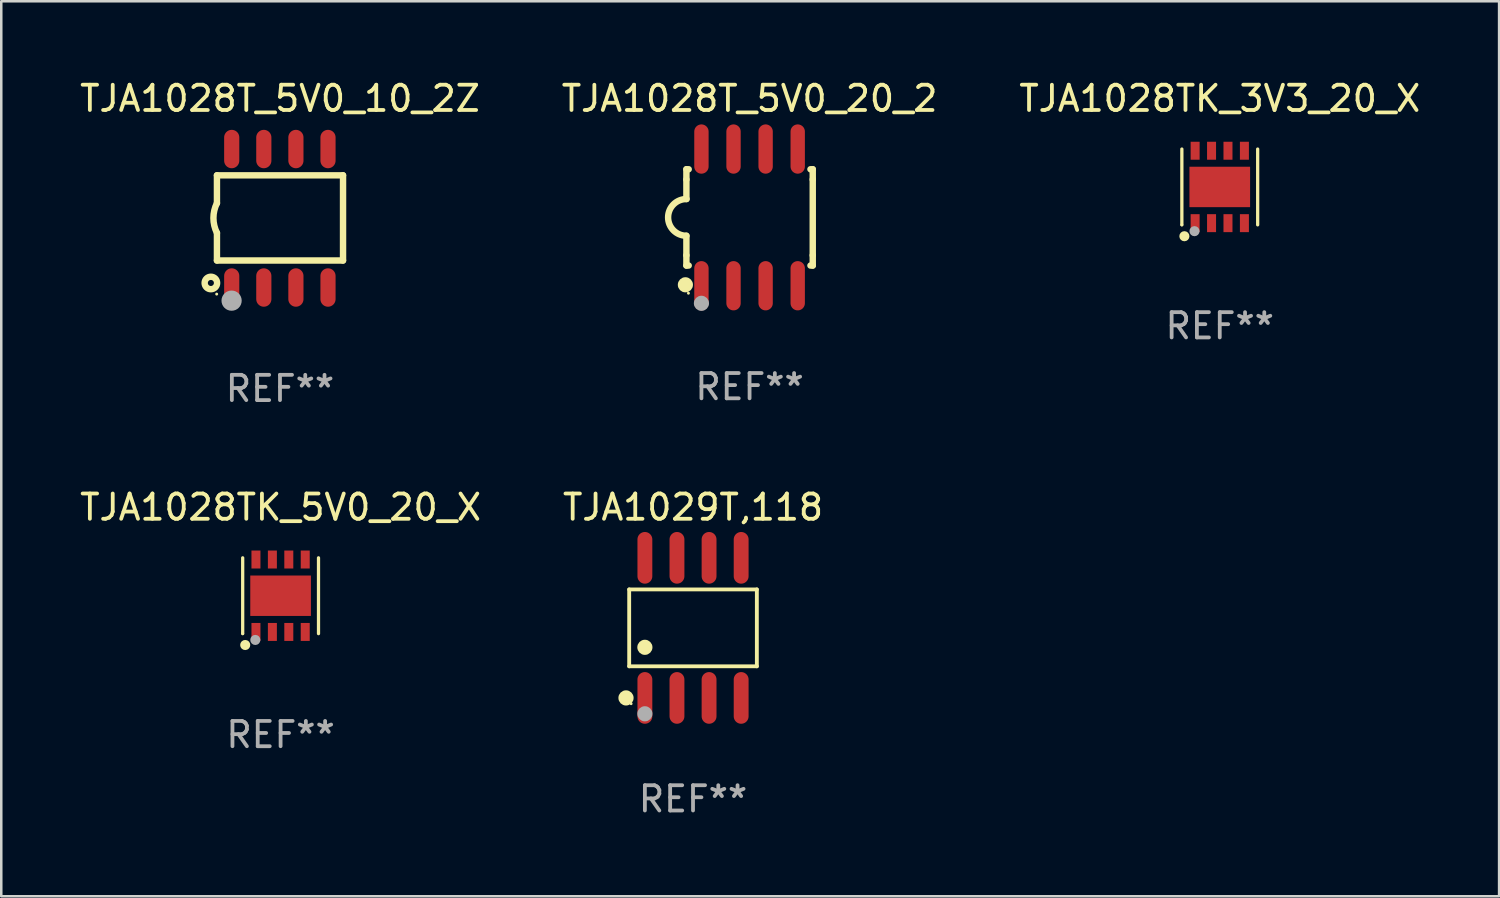
<source format=kicad_pcb>
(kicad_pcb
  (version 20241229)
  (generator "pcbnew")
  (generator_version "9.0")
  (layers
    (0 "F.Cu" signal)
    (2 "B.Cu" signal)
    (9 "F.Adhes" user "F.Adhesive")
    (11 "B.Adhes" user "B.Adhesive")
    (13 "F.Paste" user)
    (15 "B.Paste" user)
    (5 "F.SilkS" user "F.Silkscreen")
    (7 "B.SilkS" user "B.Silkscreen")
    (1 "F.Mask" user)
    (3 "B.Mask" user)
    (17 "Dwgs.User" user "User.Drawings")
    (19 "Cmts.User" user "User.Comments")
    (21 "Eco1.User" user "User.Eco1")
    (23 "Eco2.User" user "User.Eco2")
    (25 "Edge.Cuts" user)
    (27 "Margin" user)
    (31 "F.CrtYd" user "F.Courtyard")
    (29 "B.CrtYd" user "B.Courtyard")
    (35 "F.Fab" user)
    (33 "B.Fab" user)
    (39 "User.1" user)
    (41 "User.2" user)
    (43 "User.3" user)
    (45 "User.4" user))
  (footprint "TJA1029T,118"
    (layer "F.Cu")
    (at 24.375 21.797)
    (property "Reference" "TJA1029T,118" (at 0 -4.772 0) (layer "F.SilkS") (effects (font (size 1 1) (thickness 0.15))))
    (attr through_hole)
    (fp_line (start -2.526 -1.521) (end 2.526 -1.521) (stroke (width 0.152) (type solid)) (layer "F.SilkS"))
    (fp_line (start -2.526 1.521) (end -2.526 -1.521) (stroke (width 0.152) (type solid)) (layer "F.SilkS"))
    (fp_line (start 2.526 -1.521) (end 2.526 1.521) (stroke (width 0.152) (type solid)) (layer "F.SilkS"))
    (fp_line (start 2.526 1.521) (end -2.526 1.521) (stroke (width 0.152) (type solid)) (layer "F.SilkS"))
    (fp_circle (center -2.652 2.772) (end -2.501 2.772) (stroke (width 0.3) (type solid)) (fill no) (layer "F.SilkS"))
    (fp_circle (center -2.45 3) (end -2.42 3) (stroke (width 0.06) (type solid)) (fill no) (layer "F.SilkS"))
    (fp_circle (center -1.905 0.769) (end -1.755 0.769) (stroke (width 0.3) (type solid)) (fill no) (layer "F.SilkS"))
    (fp_circle (center -1.905 3.4) (end -1.755 3.4) (stroke (width 0.3) (type solid)) (fill no) (layer "F.Fab"))
    (fp_text user "REF**" (at 0 6.772 0) (layer "F.Fab") (effects (font (size 1 1) (thickness 0.15))))
    (pad "1" smd oval (at -1.905 2.772) (size 0.588 2.045) (layers "F.Cu" "F.Mask" "F.Paste"))
    (pad "2" smd oval (at -0.635 2.772) (size 0.588 2.045) (layers "F.Cu" "F.Mask" "F.Paste"))
    (pad "3" smd oval (at 0.635 2.772) (size 0.588 2.045) (layers "F.Cu" "F.Mask" "F.Paste"))
    (pad "4" smd oval (at 1.905 2.772) (size 0.588 2.045) (layers "F.Cu" "F.Mask" "F.Paste"))
    (pad "5" smd oval (at 1.905 -2.772) (size 0.588 2.045) (layers "F.Cu" "F.Mask" "F.Paste"))
    (pad "6" smd oval (at 0.635 -2.772) (size 0.588 2.045) (layers "F.Cu" "F.Mask" "F.Paste"))
    (pad "7" smd oval (at -0.635 -2.772) (size 0.588 2.045) (layers "F.Cu" "F.Mask" "F.Paste"))
    (pad "8" smd oval (at -1.905 -2.772) (size 0.588 2.045) (layers "F.Cu" "F.Mask" "F.Paste")))
  (footprint "TJA1028T_5V0_10_2Z"
    (layer "F.Cu")
    (at 8.03 5.588)
    (property "Reference" "TJA1028T_5V0_10_2Z" (at 0 -4.74 0) (layer "F.SilkS") (effects (font (size 1 1) (thickness 0.15))))
    (attr through_hole)
    (fp_line (start -2.495 -1.7) (end 2.495 -1.7) (stroke (width 0.254) (type solid)) (layer "F.SilkS"))
    (fp_line (start -2.495 -0.6) (end -2.495 -1.7) (stroke (width 0.254) (type solid)) (layer "F.SilkS"))
    (fp_line (start -2.495 1.671) (end -2.495 0.58) (stroke (width 0.254) (type solid)) (layer "F.SilkS"))
    (fp_line (start 2.495 -1.7) (end 2.495 1.671) (stroke (width 0.254) (type solid)) (layer "F.SilkS"))
    (fp_line (start 2.495 1.671) (end -2.495 1.671) (stroke (width 0.254) (type solid)) (layer "F.SilkS"))
    (fp_arc (start -2.495009 0.58001) (mid -2.634112 -0.009995) (end -2.495009 -0.6) (stroke (width 0.254001) (type solid)) (layer "F.SilkS"))
    (fp_circle (center -2.735 2.56) (end -2.615 2.56) (stroke (width 0.254) (type solid)) (fill no) (layer "F.SilkS"))
    (fp_circle (center -2.505 3) (end -2.475 3) (stroke (width 0.06) (type solid)) (fill no) (layer "F.SilkS"))
    (fp_circle (center -1.915 3.26) (end -1.715 3.26) (stroke (width 0.4) (type solid)) (fill no) (layer "F.Fab"))
    (fp_text user "REF**" (at 0 6.74 0) (layer "F.Fab") (effects (font (size 1 1) (thickness 0.15))))
    (pad "1" smd oval (at -1.91 2.74) (size 0.6 1.52) (layers "F.Cu" "F.Mask" "F.Paste"))
    (pad "2" smd oval (at -0.64 2.74) (size 0.6 1.52) (layers "F.Cu" "F.Mask" "F.Paste"))
    (pad "3" smd oval (at 0.63 2.74) (size 0.6 1.52) (layers "F.Cu" "F.Mask" "F.Paste"))
    (pad "4" smd oval (at 1.9 2.74) (size 0.6 1.52) (layers "F.Cu" "F.Mask" "F.Paste"))
    (pad "5" smd oval (at 1.9 -2.74) (size 0.6 1.52) (layers "F.Cu" "F.Mask" "F.Paste"))
    (pad "6" smd oval (at 0.63 -2.74) (size 0.6 1.52) (layers "F.Cu" "F.Mask" "F.Paste"))
    (pad "7" smd oval (at -0.64 -2.74) (size 0.6 1.52) (layers "F.Cu" "F.Mask" "F.Paste"))
    (pad "8" smd oval (at -1.91 -2.74) (size 0.6 1.52) (layers "F.Cu" "F.Mask" "F.Paste")))
  (footprint "TJA1028TK_3V3_20_X"
    (layer "F.Cu")
    (at 45.22 4.348)
    (property "Reference" "TJA1028TK_3V3_20_X" (at 0 -3.5 0) (layer "F.SilkS") (effects (font (size 1 1) (thickness 0.15))))
    (attr through_hole)
    (fp_line (start -1.5 1.5) (end -1.5 -1.5) (stroke (width 0.129) (type solid)) (layer "F.SilkS"))
    (fp_line (start 1.5 -1.5) (end 1.5 1.5) (stroke (width 0.129) (type solid)) (layer "F.SilkS"))
    (fp_circle (center -1.5 1.5) (end -1.47 1.5) (stroke (width 0.06) (type solid)) (fill no) (layer "F.SilkS"))
    (fp_circle (center -1.4 1.95) (end -1.3 1.95) (stroke (width 0.2) (type solid)) (fill no) (layer "F.SilkS"))
    (fp_circle (center -1 1.75) (end -0.9 1.75) (stroke (width 0.2) (type solid)) (fill no) (layer "F.Fab"))
    (fp_text user "REF**" (at 0 5.5 0) (layer "F.Fab") (effects (font (size 1 1) (thickness 0.15))))
    (pad "1" smd rect (at -0.975 1.433) (size 0.356 0.711) (layers "F.Cu" "F.Mask" "F.Paste"))
    (pad "2" smd rect (at -0.325 1.433) (size 0.356 0.711) (layers "F.Cu" "F.Mask" "F.Paste"))
    (pad "3" smd rect (at 0.325 1.433) (size 0.356 0.711) (layers "F.Cu" "F.Mask" "F.Paste"))
    (pad "4" smd rect (at 0.975 1.433) (size 0.356 0.711) (layers "F.Cu" "F.Mask" "F.Paste"))
    (pad "5" smd rect (at 0.975 -1.433) (size 0.356 0.711) (layers "F.Cu" "F.Mask" "F.Paste"))
    (pad "6" smd rect (at 0.325 -1.433) (size 0.356 0.711) (layers "F.Cu" "F.Mask" "F.Paste"))
    (pad "7" smd rect (at -0.325 -1.433) (size 0.356 0.711) (layers "F.Cu" "F.Mask" "F.Paste"))
    (pad "8" smd rect (at -0.975 -1.433) (size 0.356 0.711) (layers "F.Cu" "F.Mask" "F.Paste"))
    (pad "9" smd rect (at 0 0) (size 2.4 1.6) (layers "F.Cu" "F.Mask" "F.Paste")))
  (footprint "TJA1028T_5V0_20_2"
    (layer "F.Cu")
    (at 26.613 5.553)
    (property "Reference" "TJA1028T_5V0_20_2" (at 0 -4.705 0) (layer "F.SilkS") (effects (font (size 1 1) (thickness 0.15))))
    (attr through_hole)
    (fp_line (start -2.5 -1.905) (end -2.409 -1.905) (stroke (width 0.254) (type solid)) (layer "F.SilkS"))
    (fp_line (start -2.5 -1.5) (end -2.5 -1.905) (stroke (width 0.254) (type solid)) (layer "F.SilkS"))
    (fp_line (start -2.5 -1.5) (end -2.5 -0.726) (stroke (width 0.254) (type solid)) (layer "F.SilkS"))
    (fp_line (start -2.5 1.5) (end -2.5 0.727) (stroke (width 0.254) (type solid)) (layer "F.SilkS"))
    (fp_line (start -2.5 1.5) (end -2.5 1.905) (stroke (width 0.254) (type solid)) (layer "F.SilkS"))
    (fp_line (start -2.5 1.905) (end -2.409 1.905) (stroke (width 0.254) (type solid)) (layer "F.SilkS"))
    (fp_line (start 2.5 -1.905) (end 2.409 -1.905) (stroke (width 0.254) (type solid)) (layer "F.SilkS"))
    (fp_line (start 2.5 -1.5) (end 2.5 -1.905) (stroke (width 0.254) (type solid)) (layer "F.SilkS"))
    (fp_line (start 2.5 -1.5) (end 2.5 1.5) (stroke (width 0.254) (type solid)) (layer "F.SilkS"))
    (fp_line (start 2.5 1.5) (end 2.5 1.905) (stroke (width 0.254) (type solid)) (layer "F.SilkS"))
    (fp_line (start 2.5 1.905) (end 2.409 1.905) (stroke (width 0.254) (type solid)) (layer "F.SilkS"))
    (fp_arc (start -2.5 0.726568) (mid -3.220316 -0.0023) (end -2.495097 -0.726289) (stroke (width 0.254001) (type solid)) (layer "F.SilkS"))
    (fp_circle (center -2.54 2.667) (end -2.39 2.667) (stroke (width 0.3) (type solid)) (fill no) (layer "F.SilkS"))
    (fp_circle (center -2.42 3) (end -2.39 3) (stroke (width 0.06) (type solid)) (fill no) (layer "F.SilkS"))
    (fp_circle (center -1.905 3.4) (end -1.755 3.4) (stroke (width 0.3) (type solid)) (fill no) (layer "F.Fab"))
    (fp_text user "REF**" (at 0 6.705 0) (layer "F.Fab") (effects (font (size 1 1) (thickness 0.15))))
    (pad "1" smd oval (at -1.905 2.705) (size 0.568 1.95) (layers "F.Cu" "F.Mask" "F.Paste"))
    (pad "2" smd oval (at -0.635 2.705) (size 0.568 1.95) (layers "F.Cu" "F.Mask" "F.Paste"))
    (pad "3" smd oval (at 0.635 2.705) (size 0.568 1.95) (layers "F.Cu" "F.Mask" "F.Paste"))
    (pad "4" smd oval (at 1.905 2.705) (size 0.568 1.95) (layers "F.Cu" "F.Mask" "F.Paste"))
    (pad "5" smd oval (at 1.905 -2.705) (size 0.568 1.95) (layers "F.Cu" "F.Mask" "F.Paste"))
    (pad "6" smd oval (at 0.635 -2.705) (size 0.568 1.95) (layers "F.Cu" "F.Mask" "F.Paste"))
    (pad "7" smd oval (at -0.635 -2.705) (size 0.568 1.95) (layers "F.Cu" "F.Mask" "F.Paste"))
    (pad "8" smd oval (at -1.905 -2.705) (size 0.568 1.95) (layers "F.Cu" "F.Mask" "F.Paste")))
  (footprint "TJA1028TK_5V0_20_X"
    (layer "F.Cu")
    (at 8.054 20.525)
    (property "Reference" "TJA1028TK_5V0_20_X" (at 0 -3.5 0) (layer "F.SilkS") (effects (font (size 1 1) (thickness 0.15))))
    (attr through_hole)
    (fp_line (start -1.5 1.5) (end -1.5 -1.5) (stroke (width 0.129) (type solid)) (layer "F.SilkS"))
    (fp_line (start 1.5 -1.5) (end 1.5 1.5) (stroke (width 0.129) (type solid)) (layer "F.SilkS"))
    (fp_circle (center -1.5 1.5) (end -1.47 1.5) (stroke (width 0.06) (type solid)) (fill no) (layer "F.SilkS"))
    (fp_circle (center -1.4 1.95) (end -1.3 1.95) (stroke (width 0.2) (type solid)) (fill no) (layer "F.SilkS"))
    (fp_circle (center -1 1.75) (end -0.9 1.75) (stroke (width 0.2) (type solid)) (fill no) (layer "F.Fab"))
    (fp_text user "REF**" (at 0 5.5 0) (layer "F.Fab") (effects (font (size 1 1) (thickness 0.15))))
    (pad "1" smd rect (at -0.975 1.433) (size 0.356 0.711) (layers "F.Cu" "F.Mask" "F.Paste"))
    (pad "2" smd rect (at -0.325 1.433) (size 0.356 0.711) (layers "F.Cu" "F.Mask" "F.Paste"))
    (pad "3" smd rect (at 0.325 1.433) (size 0.356 0.711) (layers "F.Cu" "F.Mask" "F.Paste"))
    (pad "4" smd rect (at 0.975 1.433) (size 0.356 0.711) (layers "F.Cu" "F.Mask" "F.Paste"))
    (pad "5" smd rect (at 0.975 -1.433) (size 0.356 0.711) (layers "F.Cu" "F.Mask" "F.Paste"))
    (pad "6" smd rect (at 0.325 -1.433) (size 0.356 0.711) (layers "F.Cu" "F.Mask" "F.Paste"))
    (pad "7" smd rect (at -0.325 -1.433) (size 0.356 0.711) (layers "F.Cu" "F.Mask" "F.Paste"))
    (pad "8" smd rect (at -0.975 -1.433) (size 0.356 0.711) (layers "F.Cu" "F.Mask" "F.Paste"))
    (pad "9" smd rect (at 0 0) (size 2.4 1.6) (layers "F.Cu" "F.Mask" "F.Paste")))
  (gr_rect
    (start -3 -3)
    (end 56.274 32.418)
    (stroke (width 0.1) (type default))
    (fill no)
    (layer "Edge.Cuts")))
</source>
